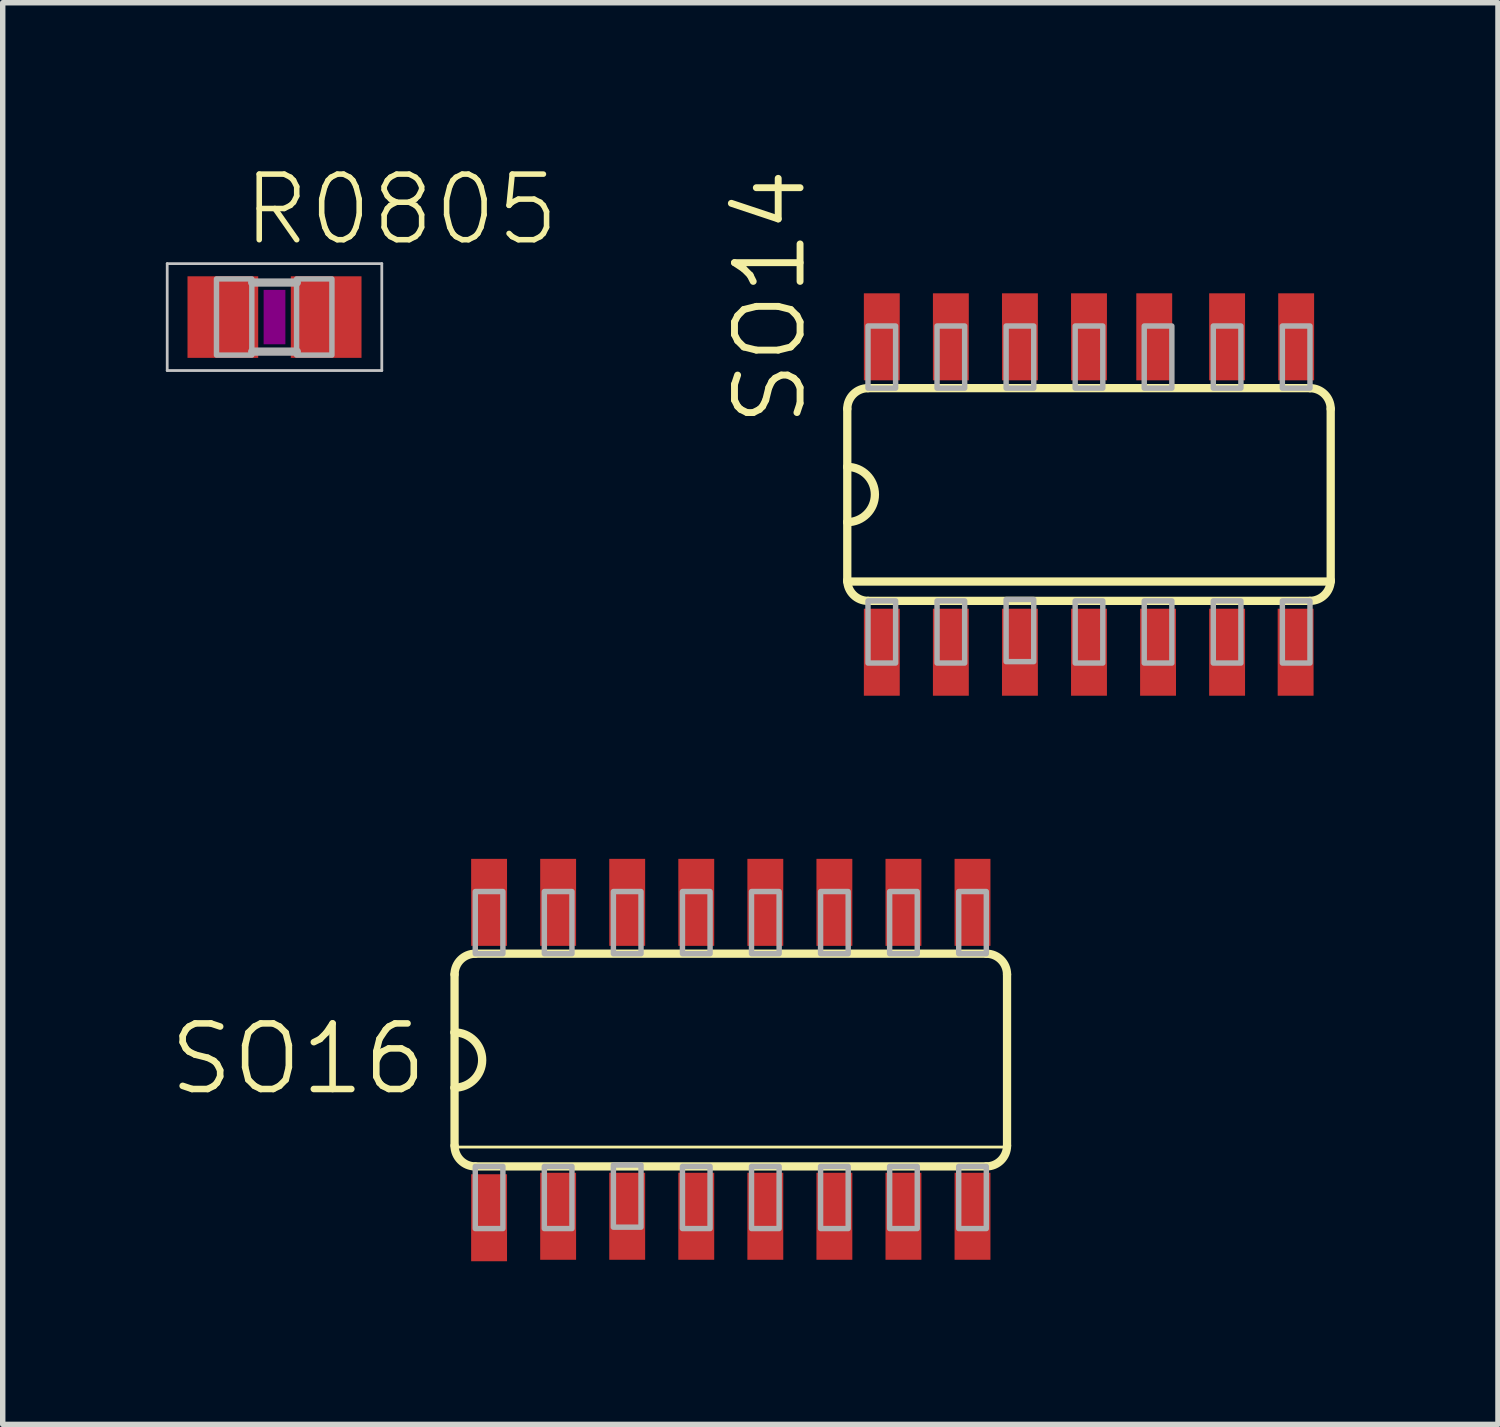
<source format=kicad_pcb>
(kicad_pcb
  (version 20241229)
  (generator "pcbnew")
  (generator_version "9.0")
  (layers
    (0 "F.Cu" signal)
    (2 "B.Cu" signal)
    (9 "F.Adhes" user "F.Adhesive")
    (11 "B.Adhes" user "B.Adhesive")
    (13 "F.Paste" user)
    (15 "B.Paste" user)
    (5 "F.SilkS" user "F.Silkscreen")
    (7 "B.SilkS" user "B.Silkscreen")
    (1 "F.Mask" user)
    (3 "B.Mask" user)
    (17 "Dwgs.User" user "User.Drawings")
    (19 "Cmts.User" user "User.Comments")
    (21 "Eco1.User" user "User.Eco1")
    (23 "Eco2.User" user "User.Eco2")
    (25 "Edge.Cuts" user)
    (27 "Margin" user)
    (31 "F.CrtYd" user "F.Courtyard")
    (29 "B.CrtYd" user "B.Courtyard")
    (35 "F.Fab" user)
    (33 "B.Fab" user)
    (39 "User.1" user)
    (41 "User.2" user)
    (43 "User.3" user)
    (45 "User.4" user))
  (footprint "SO16"
    (layer "F.Cu")
    (at 10.389 16.444)
    (property "Reference" "SO16" (at -10.389 0.686 180) (layer "F.SilkS") (effects (font (size 1.206 1.206) (thickness 0.121)) (justify left bottom)))
    (attr through_hole)
    (fp_line (start -5.08 -1.575) (end -5.08 -0.508) (stroke (width 0.152) (type solid)) (layer "F.SilkS"))
    (fp_line (start -5.08 -0.508) (end -5.08 0.508) (stroke (width 0.152) (type solid)) (layer "F.SilkS"))
    (fp_line (start -5.08 0.508) (end -5.08 1.575) (stroke (width 0.152) (type solid)) (layer "F.SilkS"))
    (fp_line (start -5.08 1.6) (end 5.08 1.6) (stroke (width 0.051) (type solid)) (layer "F.SilkS"))
    (fp_line (start -4.699 1.956) (end 4.699 1.956) (stroke (width 0.152) (type solid)) (layer "F.SilkS"))
    (fp_line (start 4.699 -1.956) (end -4.699 -1.956) (stroke (width 0.152) (type solid)) (layer "F.SilkS"))
    (fp_line (start 5.08 1.575) (end 5.08 -1.575) (stroke (width 0.152) (type solid)) (layer "F.SilkS"))
    (fp_arc (start -5.08 -1.5748) (mid -4.968408 -1.844208) (end -4.699 -1.9558) (stroke (width 0.1524) (type solid)) (layer "F.SilkS"))
    (fp_arc (start -5.08 -0.508) (mid -4.572 0) (end -5.08 0.508) (stroke (width 0.1524) (type solid)) (layer "F.SilkS"))
    (fp_arc (start -4.699 1.9558) (mid -4.968408 1.844208) (end -5.08 1.5748) (stroke (width 0.1524) (type solid)) (layer "F.SilkS"))
    (fp_arc (start 4.699 -1.9558) (mid 4.968408 -1.844208) (end 5.08 -1.5748) (stroke (width 0.1524) (type solid)) (layer "F.SilkS"))
    (fp_arc (start 5.08 1.5748) (mid 4.968408 1.844208) (end 4.699 1.9558) (stroke (width 0.1524) (type solid)) (layer "F.SilkS"))
    (fp_poly (pts (xy -4.699 -1.956) (xy -4.191 -1.956) (xy -4.191 -3.099) (xy -4.699 -3.099)) (stroke (width 0.1) (type solid)) (fill no) (layer "F.Fab"))
    (fp_poly (pts (xy -4.699 3.099) (xy -4.191 3.099) (xy -4.191 1.956) (xy -4.699 1.956)) (stroke (width 0.1) (type solid)) (fill no) (layer "F.Fab"))
    (fp_poly (pts (xy -3.429 -1.956) (xy -2.921 -1.956) (xy -2.921 -3.099) (xy -3.429 -3.099)) (stroke (width 0.1) (type solid)) (fill no) (layer "F.Fab"))
    (fp_poly (pts (xy -3.429 3.099) (xy -2.921 3.099) (xy -2.921 1.956) (xy -3.429 1.956)) (stroke (width 0.1) (type solid)) (fill no) (layer "F.Fab"))
    (fp_poly (pts (xy -2.159 -1.956) (xy -1.651 -1.956) (xy -1.651 -3.099) (xy -2.159 -3.099)) (stroke (width 0.1) (type solid)) (fill no) (layer "F.Fab"))
    (fp_poly (pts (xy -2.159 3.073) (xy -1.651 3.073) (xy -1.651 1.93) (xy -2.159 1.93)) (stroke (width 0.1) (type solid)) (fill no) (layer "F.Fab"))
    (fp_poly (pts (xy -0.889 -1.956) (xy -0.381 -1.956) (xy -0.381 -3.099) (xy -0.889 -3.099)) (stroke (width 0.1) (type solid)) (fill no) (layer "F.Fab"))
    (fp_poly (pts (xy -0.889 3.099) (xy -0.381 3.099) (xy -0.381 1.956) (xy -0.889 1.956)) (stroke (width 0.1) (type solid)) (fill no) (layer "F.Fab"))
    (fp_poly (pts (xy 0.381 -1.956) (xy 0.889 -1.956) (xy 0.889 -3.099) (xy 0.381 -3.099)) (stroke (width 0.1) (type solid)) (fill no) (layer "F.Fab"))
    (fp_poly (pts (xy 0.381 3.099) (xy 0.889 3.099) (xy 0.889 1.956) (xy 0.381 1.956)) (stroke (width 0.1) (type solid)) (fill no) (layer "F.Fab"))
    (fp_poly (pts (xy 1.651 -1.956) (xy 2.159 -1.956) (xy 2.159 -3.099) (xy 1.651 -3.099)) (stroke (width 0.1) (type solid)) (fill no) (layer "F.Fab"))
    (fp_poly (pts (xy 1.651 3.099) (xy 2.159 3.099) (xy 2.159 1.956) (xy 1.651 1.956)) (stroke (width 0.1) (type solid)) (fill no) (layer "F.Fab"))
    (fp_poly (pts (xy 2.921 -1.956) (xy 3.429 -1.956) (xy 3.429 -3.099) (xy 2.921 -3.099)) (stroke (width 0.1) (type solid)) (fill no) (layer "F.Fab"))
    (fp_poly (pts (xy 2.921 3.099) (xy 3.429 3.099) (xy 3.429 1.956) (xy 2.921 1.956)) (stroke (width 0.1) (type solid)) (fill no) (layer "F.Fab"))
    (fp_poly (pts (xy 4.191 -1.956) (xy 4.699 -1.956) (xy 4.699 -3.099) (xy 4.191 -3.099)) (stroke (width 0.1) (type solid)) (fill no) (layer "F.Fab"))
    (fp_poly (pts (xy 4.191 3.099) (xy 4.699 3.099) (xy 4.699 1.956) (xy 4.191 1.956)) (stroke (width 0.1) (type solid)) (fill no) (layer "F.Fab"))
    (pad "1" smd rect (at -4.445 2.9) (size 0.66 1.6) (layers "F.Cu" "F.Mask" "F.Paste"))
    (pad "2" smd rect (at -3.175 2.873) (size 0.66 1.6) (layers "F.Cu" "F.Mask" "F.Paste"))
    (pad "3" smd rect (at -1.905 2.873) (size 0.66 1.6) (layers "F.Cu" "F.Mask" "F.Paste"))
    (pad "4" smd rect (at -0.635 2.873) (size 0.66 1.6) (layers "F.Cu" "F.Mask" "F.Paste"))
    (pad "5" smd rect (at 0.635 2.873) (size 0.66 1.6) (layers "F.Cu" "F.Mask" "F.Paste"))
    (pad "6" smd rect (at 1.905 2.873) (size 0.66 1.6) (layers "F.Cu" "F.Mask" "F.Paste"))
    (pad "7" smd rect (at 3.175 2.873) (size 0.66 1.6) (layers "F.Cu" "F.Mask" "F.Paste"))
    (pad "8" smd rect (at 4.445 2.873) (size 0.66 1.6) (layers "F.Cu" "F.Mask" "F.Paste"))
    (pad "9" smd rect (at 4.445 -2.9) (size 0.66 1.6) (layers "F.Cu" "F.Mask" "F.Paste"))
    (pad "10" smd rect (at 3.175 -2.9) (size 0.66 1.6) (layers "F.Cu" "F.Mask" "F.Paste"))
    (pad "11" smd rect (at 1.905 -2.9) (size 0.66 1.6) (layers "F.Cu" "F.Mask" "F.Paste"))
    (pad "12" smd rect (at 0.635 -2.9) (size 0.66 1.6) (layers "F.Cu" "F.Mask" "F.Paste"))
    (pad "13" smd rect (at -0.635 -2.9) (size 0.66 1.6) (layers "F.Cu" "F.Mask" "F.Paste"))
    (pad "14" smd rect (at -1.905 -2.9) (size 0.66 1.6) (layers "F.Cu" "F.Mask" "F.Paste"))
    (pad "15" smd rect (at -3.175 -2.9) (size 0.66 1.6) (layers "F.Cu" "F.Mask" "F.Paste"))
    (pad "16" smd rect (at -4.445 -2.9) (size 0.66 1.6) (layers "F.Cu" "F.Mask" "F.Paste")))
  (footprint "R0805"
    (layer "F.Cu")
    (at 1.998 2.781)
    (property "Reference" "R0805" (at -0.635 -1.27 0) (layer "F.SilkS") (effects (font (size 1.206 1.206) (thickness 0.102)) (justify left bottom)))
    (attr through_hole)
    (fp_poly (pts (xy -0.2 0.5) (xy 0.2 0.5) (xy 0.2 -0.5) (xy -0.2 -0.5)) (stroke (width 0) (type solid)) (fill yes) (layer "F.Adhes"))
    (fp_line (start -1.973 -0.983) (end 1.973 -0.983) (stroke (width 0.051) (type solid)) (layer "Dwgs.User"))
    (fp_line (start -1.973 0.983) (end -1.973 -0.983) (stroke (width 0.051) (type solid)) (layer "Dwgs.User"))
    (fp_line (start 1.973 -0.983) (end 1.973 0.983) (stroke (width 0.051) (type solid)) (layer "Dwgs.User"))
    (fp_line (start 1.973 0.983) (end -1.973 0.983) (stroke (width 0.051) (type solid)) (layer "Dwgs.User"))
    (fp_line (start -0.41 -0.635) (end 0.41 -0.635) (stroke (width 0.152) (type solid)) (layer "F.Fab"))
    (fp_line (start -0.41 0.635) (end 0.41 0.635) (stroke (width 0.152) (type solid)) (layer "F.Fab"))
    (fp_poly (pts (xy -1.067 0.699) (xy -0.417 0.699) (xy -0.417 -0.702) (xy -1.067 -0.702)) (stroke (width 0.1) (type solid)) (fill no) (layer "F.Fab"))
    (fp_poly (pts (xy 0.406 0.699) (xy 1.056 0.699) (xy 1.056 -0.702) (xy 0.406 -0.702)) (stroke (width 0.1) (type solid)) (fill no) (layer "F.Fab"))
    (pad "1" smd rect (at -0.95 0) (size 1.3 1.5) (layers "F.Cu" "F.Mask" "F.Paste"))
    (pad "2" smd rect (at 0.95 0) (size 1.3 1.5) (layers "F.Cu" "F.Mask" "F.Paste")))
  (footprint "SO14"
    (layer "F.Cu")
    (at 16.976 6.044)
    (property "Reference" "SO14" (at -5.159 -1.194 90) (layer "F.SilkS") (effects (font (size 1.206 1.206) (thickness 0.127)) (justify left bottom)))
    (attr through_hole)
    (fp_line (start -4.445 -1.575) (end -4.445 -0.508) (stroke (width 0.152) (type solid)) (layer "F.SilkS"))
    (fp_line (start -4.445 -0.508) (end -4.445 0.508) (stroke (width 0.152) (type solid)) (layer "F.SilkS"))
    (fp_line (start -4.445 0.508) (end -4.445 1.575) (stroke (width 0.152) (type solid)) (layer "F.SilkS"))
    (fp_line (start -4.445 1.6) (end 4.445 1.6) (stroke (width 0.152) (type solid)) (layer "F.SilkS"))
    (fp_line (start -4.064 1.956) (end 4.064 1.956) (stroke (width 0.152) (type solid)) (layer "F.SilkS"))
    (fp_line (start 4.064 -1.956) (end -4.064 -1.956) (stroke (width 0.152) (type solid)) (layer "F.SilkS"))
    (fp_line (start 4.445 1.575) (end 4.445 -1.575) (stroke (width 0.152) (type solid)) (layer "F.SilkS"))
    (fp_arc (start -4.445 -1.5748) (mid -4.333408 -1.844208) (end -4.064 -1.9558) (stroke (width 0.1524) (type solid)) (layer "F.SilkS"))
    (fp_arc (start -4.445 -0.508) (mid -3.937 0) (end -4.445 0.508) (stroke (width 0.1524) (type solid)) (layer "F.SilkS"))
    (fp_arc (start -4.064 1.9558) (mid -4.333408 1.844208) (end -4.445 1.5748) (stroke (width 0.1524) (type solid)) (layer "F.SilkS"))
    (fp_arc (start 4.064 -1.9558) (mid 4.333408 -1.844208) (end 4.445 -1.5748) (stroke (width 0.1524) (type solid)) (layer "F.SilkS"))
    (fp_arc (start 4.445 1.5748) (mid 4.333408 1.844208) (end 4.064 1.9558) (stroke (width 0.1524) (type solid)) (layer "F.SilkS"))
    (fp_poly (pts (xy -4.064 -1.956) (xy -3.556 -1.956) (xy -3.556 -3.099) (xy -4.064 -3.099)) (stroke (width 0.1) (type solid)) (fill no) (layer "F.Fab"))
    (fp_poly (pts (xy -4.064 3.099) (xy -3.556 3.099) (xy -3.556 1.956) (xy -4.064 1.956)) (stroke (width 0.1) (type solid)) (fill no) (layer "F.Fab"))
    (fp_poly (pts (xy -2.794 -1.956) (xy -2.286 -1.956) (xy -2.286 -3.099) (xy -2.794 -3.099)) (stroke (width 0.1) (type solid)) (fill no) (layer "F.Fab"))
    (fp_poly (pts (xy -2.794 3.099) (xy -2.286 3.099) (xy -2.286 1.956) (xy -2.794 1.956)) (stroke (width 0.1) (type solid)) (fill no) (layer "F.Fab"))
    (fp_poly (pts (xy -1.524 -1.956) (xy -1.016 -1.956) (xy -1.016 -3.099) (xy -1.524 -3.099)) (stroke (width 0.1) (type solid)) (fill no) (layer "F.Fab"))
    (fp_poly (pts (xy -1.524 3.073) (xy -1.016 3.073) (xy -1.016 1.93) (xy -1.524 1.93)) (stroke (width 0.1) (type solid)) (fill no) (layer "F.Fab"))
    (fp_poly (pts (xy -0.254 -1.956) (xy 0.254 -1.956) (xy 0.254 -3.099) (xy -0.254 -3.099)) (stroke (width 0.1) (type solid)) (fill no) (layer "F.Fab"))
    (fp_poly (pts (xy -0.254 3.099) (xy 0.254 3.099) (xy 0.254 1.956) (xy -0.254 1.956)) (stroke (width 0.1) (type solid)) (fill no) (layer "F.Fab"))
    (fp_poly (pts (xy 1.016 -1.956) (xy 1.524 -1.956) (xy 1.524 -3.099) (xy 1.016 -3.099)) (stroke (width 0.1) (type solid)) (fill no) (layer "F.Fab"))
    (fp_poly (pts (xy 1.016 3.099) (xy 1.524 3.099) (xy 1.524 1.956) (xy 1.016 1.956)) (stroke (width 0.1) (type solid)) (fill no) (layer "F.Fab"))
    (fp_poly (pts (xy 2.286 -1.956) (xy 2.794 -1.956) (xy 2.794 -3.099) (xy 2.286 -3.099)) (stroke (width 0.1) (type solid)) (fill no) (layer "F.Fab"))
    (fp_poly (pts (xy 2.286 3.099) (xy 2.794 3.099) (xy 2.794 1.956) (xy 2.286 1.956)) (stroke (width 0.1) (type solid)) (fill no) (layer "F.Fab"))
    (fp_poly (pts (xy 3.556 -1.956) (xy 4.064 -1.956) (xy 4.064 -3.099) (xy 3.556 -3.099)) (stroke (width 0.1) (type solid)) (fill no) (layer "F.Fab"))
    (fp_poly (pts (xy 3.556 3.099) (xy 4.064 3.099) (xy 4.064 1.956) (xy 3.556 1.956)) (stroke (width 0.1) (type solid)) (fill no) (layer "F.Fab"))
    (pad "1" smd rect (at -3.81 2.9) (size 0.66 1.6) (layers "F.Cu" "F.Mask" "F.Paste"))
    (pad "2" smd rect (at -2.54 2.9) (size 0.66 1.6) (layers "F.Cu" "F.Mask" "F.Paste"))
    (pad "3" smd rect (at -1.27 2.9) (size 0.66 1.6) (layers "F.Cu" "F.Mask" "F.Paste"))
    (pad "4" smd rect (at 0 2.9) (size 0.66 1.6) (layers "F.Cu" "F.Mask" "F.Paste"))
    (pad "5" smd rect (at 1.27 2.9) (size 0.66 1.6) (layers "F.Cu" "F.Mask" "F.Paste"))
    (pad "6" smd rect (at 2.54 2.9) (size 0.66 1.6) (layers "F.Cu" "F.Mask" "F.Paste"))
    (pad "7" smd rect (at 3.8 2.9) (size 0.66 1.6) (layers "F.Cu" "F.Mask" "F.Paste"))
    (pad "8" smd rect (at 3.81 -2.9) (size 0.66 1.6) (layers "F.Cu" "F.Mask" "F.Paste"))
    (pad "9" smd rect (at 2.54 -2.9) (size 0.66 1.6) (layers "F.Cu" "F.Mask" "F.Paste"))
    (pad "10" smd rect (at 1.2 -2.9) (size 0.66 1.6) (layers "F.Cu" "F.Mask" "F.Paste"))
    (pad "11" smd rect (at 0 -2.9) (size 0.66 1.6) (layers "F.Cu" "F.Mask" "F.Paste"))
    (pad "12" smd rect (at -1.27 -2.9) (size 0.66 1.6) (layers "F.Cu" "F.Mask" "F.Paste"))
    (pad "13" smd rect (at -2.54 -2.9) (size 0.66 1.6) (layers "F.Cu" "F.Mask" "F.Paste"))
    (pad "14" smd rect (at -3.81 -2.9) (size 0.66 1.6) (layers "F.Cu" "F.Mask" "F.Paste")))
  (gr_rect
    (start -3 -3)
    (end 24.497 23.144)
    (stroke (width 0.1) (type default))
    (fill no)
    (layer "Edge.Cuts")))
</source>
